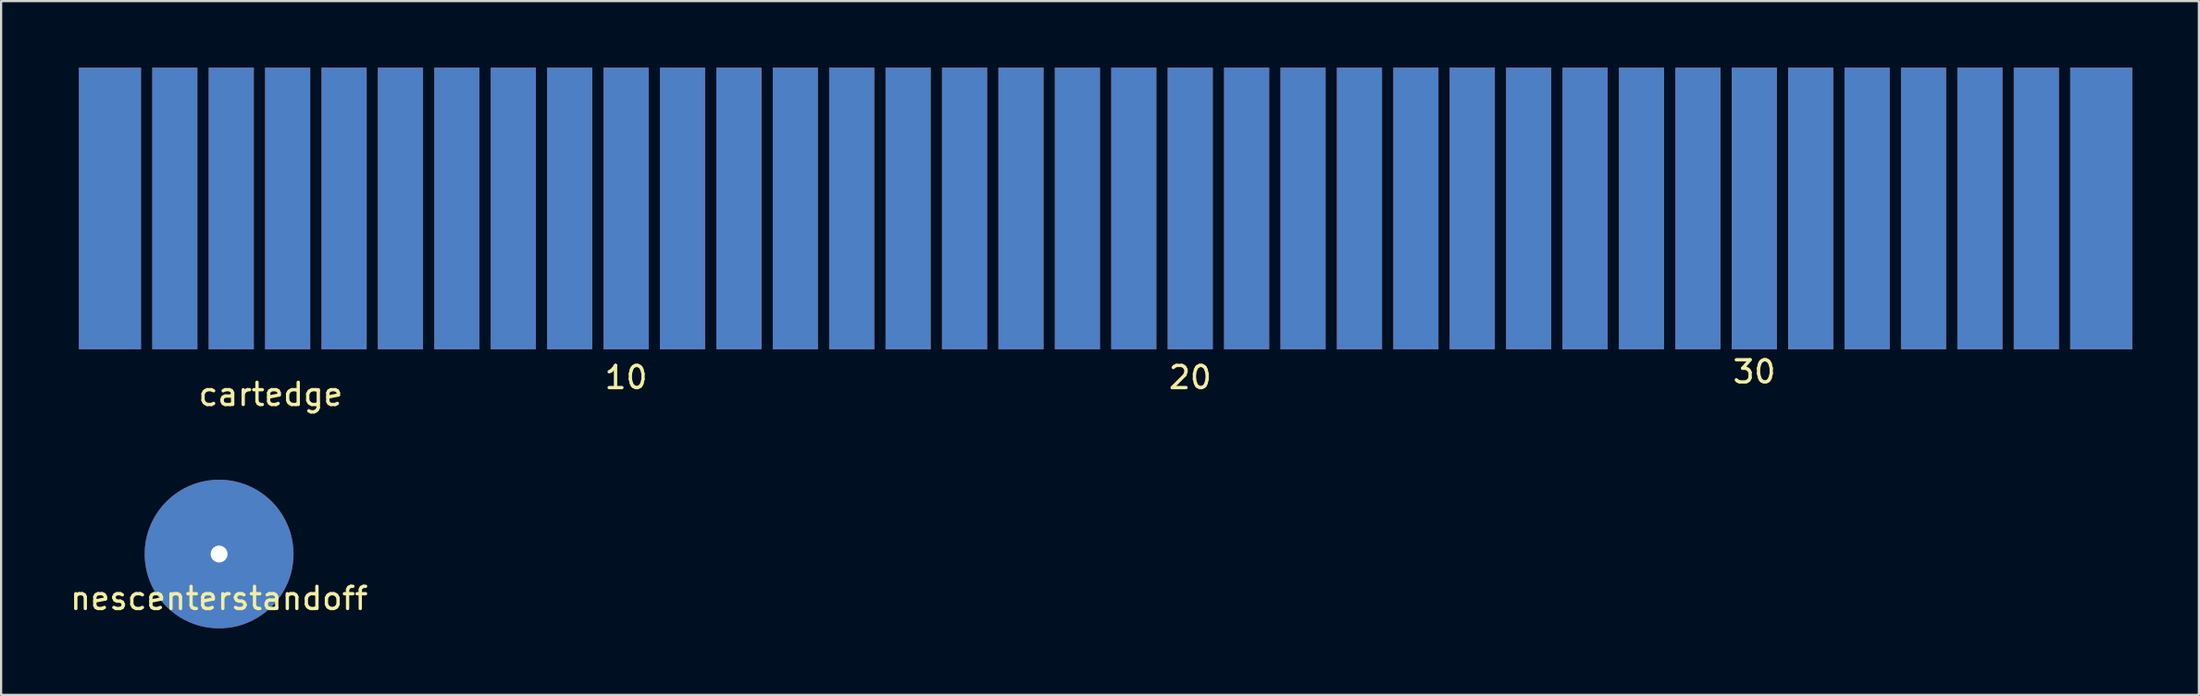
<source format=kicad_pcb>
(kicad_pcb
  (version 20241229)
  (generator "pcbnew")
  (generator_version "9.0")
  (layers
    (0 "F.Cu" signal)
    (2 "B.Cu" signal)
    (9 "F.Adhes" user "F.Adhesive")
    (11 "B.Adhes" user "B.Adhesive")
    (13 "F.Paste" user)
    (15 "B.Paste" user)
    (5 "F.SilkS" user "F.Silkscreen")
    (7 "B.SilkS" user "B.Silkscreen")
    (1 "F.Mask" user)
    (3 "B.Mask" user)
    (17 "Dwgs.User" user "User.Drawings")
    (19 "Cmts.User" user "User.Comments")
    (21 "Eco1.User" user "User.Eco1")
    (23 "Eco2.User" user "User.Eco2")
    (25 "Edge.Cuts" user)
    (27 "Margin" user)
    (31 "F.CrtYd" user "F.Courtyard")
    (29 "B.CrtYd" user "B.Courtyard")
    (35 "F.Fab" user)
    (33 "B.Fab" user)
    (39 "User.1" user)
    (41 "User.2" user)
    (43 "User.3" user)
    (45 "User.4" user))
  (footprint "cartedge"
    (layer "F.Cu")
    (at 0.25 12.7)
    (property "Reference" "cartedge" (at 8.89 2.032 0) (layer "F.SilkS") (effects (font (size 1 1) (thickness 0.15))))
    (attr through_hole)
    (fp_text user "20" (at 50.292 1.27 0) (layer "F.SilkS") (effects (font (size 1 1) (thickness 0.15))))
    (fp_text user "30" (at 75.692 1.016 0) (layer "F.SilkS") (effects (font (size 1 1) (thickness 0.15))))
    (fp_text user "10" (at 24.892 1.27 0) (layer "F.SilkS") (effects (font (size 1 1) (thickness 0.15))))
    (pad "1" connect rect (at 1.651 -6.35) (size 2.794 12.7) (layers "F.Cu" "F.Mask" "Eco1.User"))
    (pad "2" connect rect (at 4.572 -6.35) (size 2.032 12.7) (layers "F.Cu" "F.Mask" "Eco1.User"))
    (pad "3" connect rect (at 7.112 -6.35) (size 2.032 12.7) (layers "F.Cu" "F.Mask" "Eco1.User"))
    (pad "4" connect rect (at 9.652 -6.35) (size 2.032 12.7) (layers "F.Cu" "F.Mask" "Eco1.User"))
    (pad "5" connect rect (at 12.192 -6.35) (size 2.032 12.7) (layers "F.Cu" "F.Mask" "Eco1.User"))
    (pad "6" connect rect (at 14.732 -6.35) (size 2.032 12.7) (layers "F.Cu" "F.Mask" "Eco1.User"))
    (pad "7" connect rect (at 17.272 -6.35) (size 2.032 12.7) (layers "F.Cu" "F.Mask" "Eco1.User"))
    (pad "8" connect rect (at 19.812 -6.35) (size 2.032 12.7) (layers "F.Cu" "F.Mask" "Eco1.User"))
    (pad "9" connect rect (at 22.352 -6.35) (size 2.032 12.7) (layers "F.Cu" "F.Mask" "Eco1.User"))
    (pad "10" connect rect (at 24.892 -6.35) (size 2.032 12.7) (layers "F.Cu" "F.Mask" "Eco1.User"))
    (pad "11" connect rect (at 27.432 -6.35) (size 2.032 12.7) (layers "F.Cu" "F.Mask" "Eco1.User"))
    (pad "12" connect rect (at 29.972 -6.35) (size 2.032 12.7) (layers "F.Cu" "F.Mask" "Eco1.User"))
    (pad "13" connect rect (at 32.512 -6.35) (size 2.032 12.7) (layers "F.Cu" "F.Mask" "Eco1.User"))
    (pad "14" connect rect (at 35.052 -6.35) (size 2.032 12.7) (layers "F.Cu" "F.Mask" "Eco1.User"))
    (pad "15" connect rect (at 37.592 -6.35) (size 2.032 12.7) (layers "F.Cu" "F.Mask" "Eco1.User"))
    (pad "16" connect rect (at 40.132 -6.35) (size 2.032 12.7) (layers "F.Cu" "F.Mask" "Eco1.User"))
    (pad "17" connect rect (at 42.672 -6.35) (size 2.032 12.7) (layers "F.Cu" "F.Mask" "Eco1.User"))
    (pad "18" connect rect (at 45.212 -6.35) (size 2.032 12.7) (layers "F.Cu" "F.Mask" "Eco1.User"))
    (pad "19" connect rect (at 47.752 -6.35) (size 2.032 12.7) (layers "F.Cu" "F.Mask" "Eco1.User"))
    (pad "20" connect rect (at 50.292 -6.35) (size 2.032 12.7) (layers "F.Cu" "F.Mask" "Eco1.User"))
    (pad "21" connect rect (at 52.832 -6.35) (size 2.032 12.7) (layers "F.Cu" "F.Mask" "Eco1.User"))
    (pad "22" connect rect (at 55.372 -6.35) (size 2.032 12.7) (layers "F.Cu" "F.Mask" "Eco1.User"))
    (pad "23" connect rect (at 57.912 -6.35) (size 2.032 12.7) (layers "F.Cu" "F.Mask" "Eco1.User"))
    (pad "24" connect rect (at 60.452 -6.35) (size 2.032 12.7) (layers "F.Cu" "F.Mask" "Eco1.User"))
    (pad "25" connect rect (at 62.992 -6.35) (size 2.032 12.7) (layers "F.Cu" "F.Mask" "Eco1.User"))
    (pad "26" connect rect (at 65.532 -6.35) (size 2.032 12.7) (layers "F.Cu" "F.Mask" "Eco1.User"))
    (pad "27" connect rect (at 68.072 -6.35) (size 2.032 12.7) (layers "F.Cu" "F.Mask" "Eco1.User"))
    (pad "28" connect rect (at 70.612 -6.35) (size 2.032 12.7) (layers "F.Cu" "F.Mask" "Eco1.User"))
    (pad "29" connect rect (at 73.152 -6.35) (size 2.032 12.7) (layers "F.Cu" "F.Mask" "Eco1.User"))
    (pad "30" connect rect (at 75.692 -6.35) (size 2.032 12.7) (layers "F.Cu" "F.Mask" "Eco1.User"))
    (pad "31" connect rect (at 78.232 -6.35) (size 2.032 12.7) (layers "F.Cu" "F.Mask" "Eco1.User"))
    (pad "32" connect rect (at 80.772 -6.35) (size 2.032 12.7) (layers "F.Cu" "F.Mask" "Eco1.User"))
    (pad "33" connect rect (at 83.312 -6.35) (size 2.032 12.7) (layers "F.Cu" "F.Mask" "Eco1.User"))
    (pad "34" connect rect (at 85.852 -6.35) (size 2.032 12.7) (layers "F.Cu" "F.Mask" "Eco1.User"))
    (pad "35" connect rect (at 88.392 -6.35) (size 2.032 12.7) (layers "F.Cu" "F.Mask" "Eco1.User"))
    (pad "36" connect rect (at 91.313 -6.35) (size 2.794 12.7) (layers "F.Cu" "F.Mask" "Eco1.User"))
    (pad "37" connect rect (at 1.651 -6.35) (size 2.794 12.7) (layers "B.Cu" "B.Mask" "Eco2.User"))
    (pad "38" connect rect (at 4.572 -6.35) (size 2.032 12.7) (layers "B.Cu" "B.Mask" "Eco2.User"))
    (pad "39" connect rect (at 7.112 -6.35) (size 2.032 12.7) (layers "B.Cu" "B.Mask" "Eco2.User"))
    (pad "40" connect rect (at 9.652 -6.35) (size 2.032 12.7) (layers "B.Cu" "B.Mask" "Eco2.User"))
    (pad "41" connect rect (at 12.192 -6.35) (size 2.032 12.7) (layers "B.Cu" "B.Mask" "Eco2.User"))
    (pad "42" connect rect (at 14.732 -6.35) (size 2.032 12.7) (layers "B.Cu" "B.Mask" "Eco2.User"))
    (pad "43" connect rect (at 17.272 -6.35) (size 2.032 12.7) (layers "B.Cu" "B.Mask" "Eco2.User"))
    (pad "44" connect rect (at 19.812 -6.35) (size 2.032 12.7) (layers "B.Cu" "B.Mask" "Eco2.User"))
    (pad "45" connect rect (at 22.352 -6.35) (size 2.032 12.7) (layers "B.Cu" "B.Mask" "Eco2.User"))
    (pad "46" connect rect (at 24.892 -6.35) (size 2.032 12.7) (layers "B.Cu" "B.Mask" "Eco2.User"))
    (pad "47" connect rect (at 27.432 -6.35) (size 2.032 12.7) (layers "B.Cu" "B.Mask" "Eco2.User"))
    (pad "48" connect rect (at 29.972 -6.35) (size 2.032 12.7) (layers "B.Cu" "B.Mask" "Eco2.User"))
    (pad "49" connect rect (at 32.512 -6.35) (size 2.032 12.7) (layers "B.Cu" "B.Mask" "Eco2.User"))
    (pad "50" connect rect (at 35.052 -6.35) (size 2.032 12.7) (layers "B.Cu" "B.Mask" "Eco2.User"))
    (pad "51" connect rect (at 37.592 -6.35) (size 2.032 12.7) (layers "B.Cu" "B.Mask" "Eco2.User"))
    (pad "52" connect rect (at 40.132 -6.35) (size 2.032 12.7) (layers "B.Cu" "B.Mask" "Eco2.User"))
    (pad "53" connect rect (at 42.672 -6.35) (size 2.032 12.7) (layers "B.Cu" "B.Mask" "Eco2.User"))
    (pad "54" connect rect (at 45.212 -6.35) (size 2.032 12.7) (layers "B.Cu" "B.Mask" "Eco2.User"))
    (pad "55" connect rect (at 47.752 -6.35) (size 2.032 12.7) (layers "B.Cu" "B.Mask" "Eco2.User"))
    (pad "56" connect rect (at 50.292 -6.35) (size 2.032 12.7) (layers "B.Cu" "B.Mask" "Eco2.User"))
    (pad "57" connect rect (at 52.832 -6.35) (size 2.032 12.7) (layers "B.Cu" "B.Mask" "Eco2.User"))
    (pad "58" connect rect (at 55.372 -6.35) (size 2.032 12.7) (layers "B.Cu" "B.Mask" "Eco2.User"))
    (pad "59" connect rect (at 57.912 -6.35) (size 2.032 12.7) (layers "B.Cu" "B.Mask" "Eco2.User"))
    (pad "60" connect rect (at 60.452 -6.35) (size 2.032 12.7) (layers "B.Cu" "B.Mask" "Eco2.User"))
    (pad "61" connect rect (at 62.992 -6.35) (size 2.032 12.7) (layers "B.Cu" "B.Mask" "Eco2.User"))
    (pad "62" connect rect (at 65.532 -6.35) (size 2.032 12.7) (layers "B.Cu" "B.Mask" "Eco2.User"))
    (pad "63" connect rect (at 68.072 -6.35) (size 2.032 12.7) (layers "B.Cu" "B.Mask" "Eco2.User"))
    (pad "64" connect rect (at 70.612 -6.35) (size 2.032 12.7) (layers "B.Cu" "B.Mask" "Eco2.User"))
    (pad "65" connect rect (at 73.152 -6.35) (size 2.032 12.7) (layers "B.Cu" "B.Mask" "Eco2.User"))
    (pad "66" connect rect (at 75.692 -6.35) (size 2.032 12.7) (layers "B.Cu" "B.Mask" "Eco2.User"))
    (pad "67" connect rect (at 78.232 -6.35) (size 2.032 12.7) (layers "B.Cu" "B.Mask" "Eco2.User"))
    (pad "68" connect rect (at 80.772 -6.35) (size 2.032 12.7) (layers "B.Cu" "B.Mask" "Eco2.User"))
    (pad "69" connect rect (at 83.312 -6.35) (size 2.032 12.7) (layers "B.Cu" "B.Mask" "Eco2.User"))
    (pad "70" connect rect (at 85.852 -6.35) (size 2.032 12.7) (layers "B.Cu" "B.Mask" "Eco2.User"))
    (pad "71" connect rect (at 88.392 -6.35) (size 2.032 12.7) (layers "B.Cu" "B.Mask" "Eco2.User"))
    (pad "72" connect rect (at 91.313 -6.35) (size 2.794 12.7) (layers "B.Cu" "B.Mask" "Eco2.User")))
  (footprint "nescenterstandoff"
    (layer "F.Cu")
    (at 6.815 21.93)
    (property "Reference" "nescenterstandoff" (at 0 2 0) (layer "F.SilkS") (effects (font (size 1 1) (thickness 0.15))))
    (attr through_hole)
    (pad "1" thru_hole circle (at 0 0) (size 6.7 6.7) (drill 0.762) (layers "*.Cu" "*.Mask")))
  (gr_rect
    (start -3 -3)
    (end 95.96 28.28)
    (stroke (width 0.1) (type default))
    (fill no)
    (layer "Edge.Cuts")))
</source>
